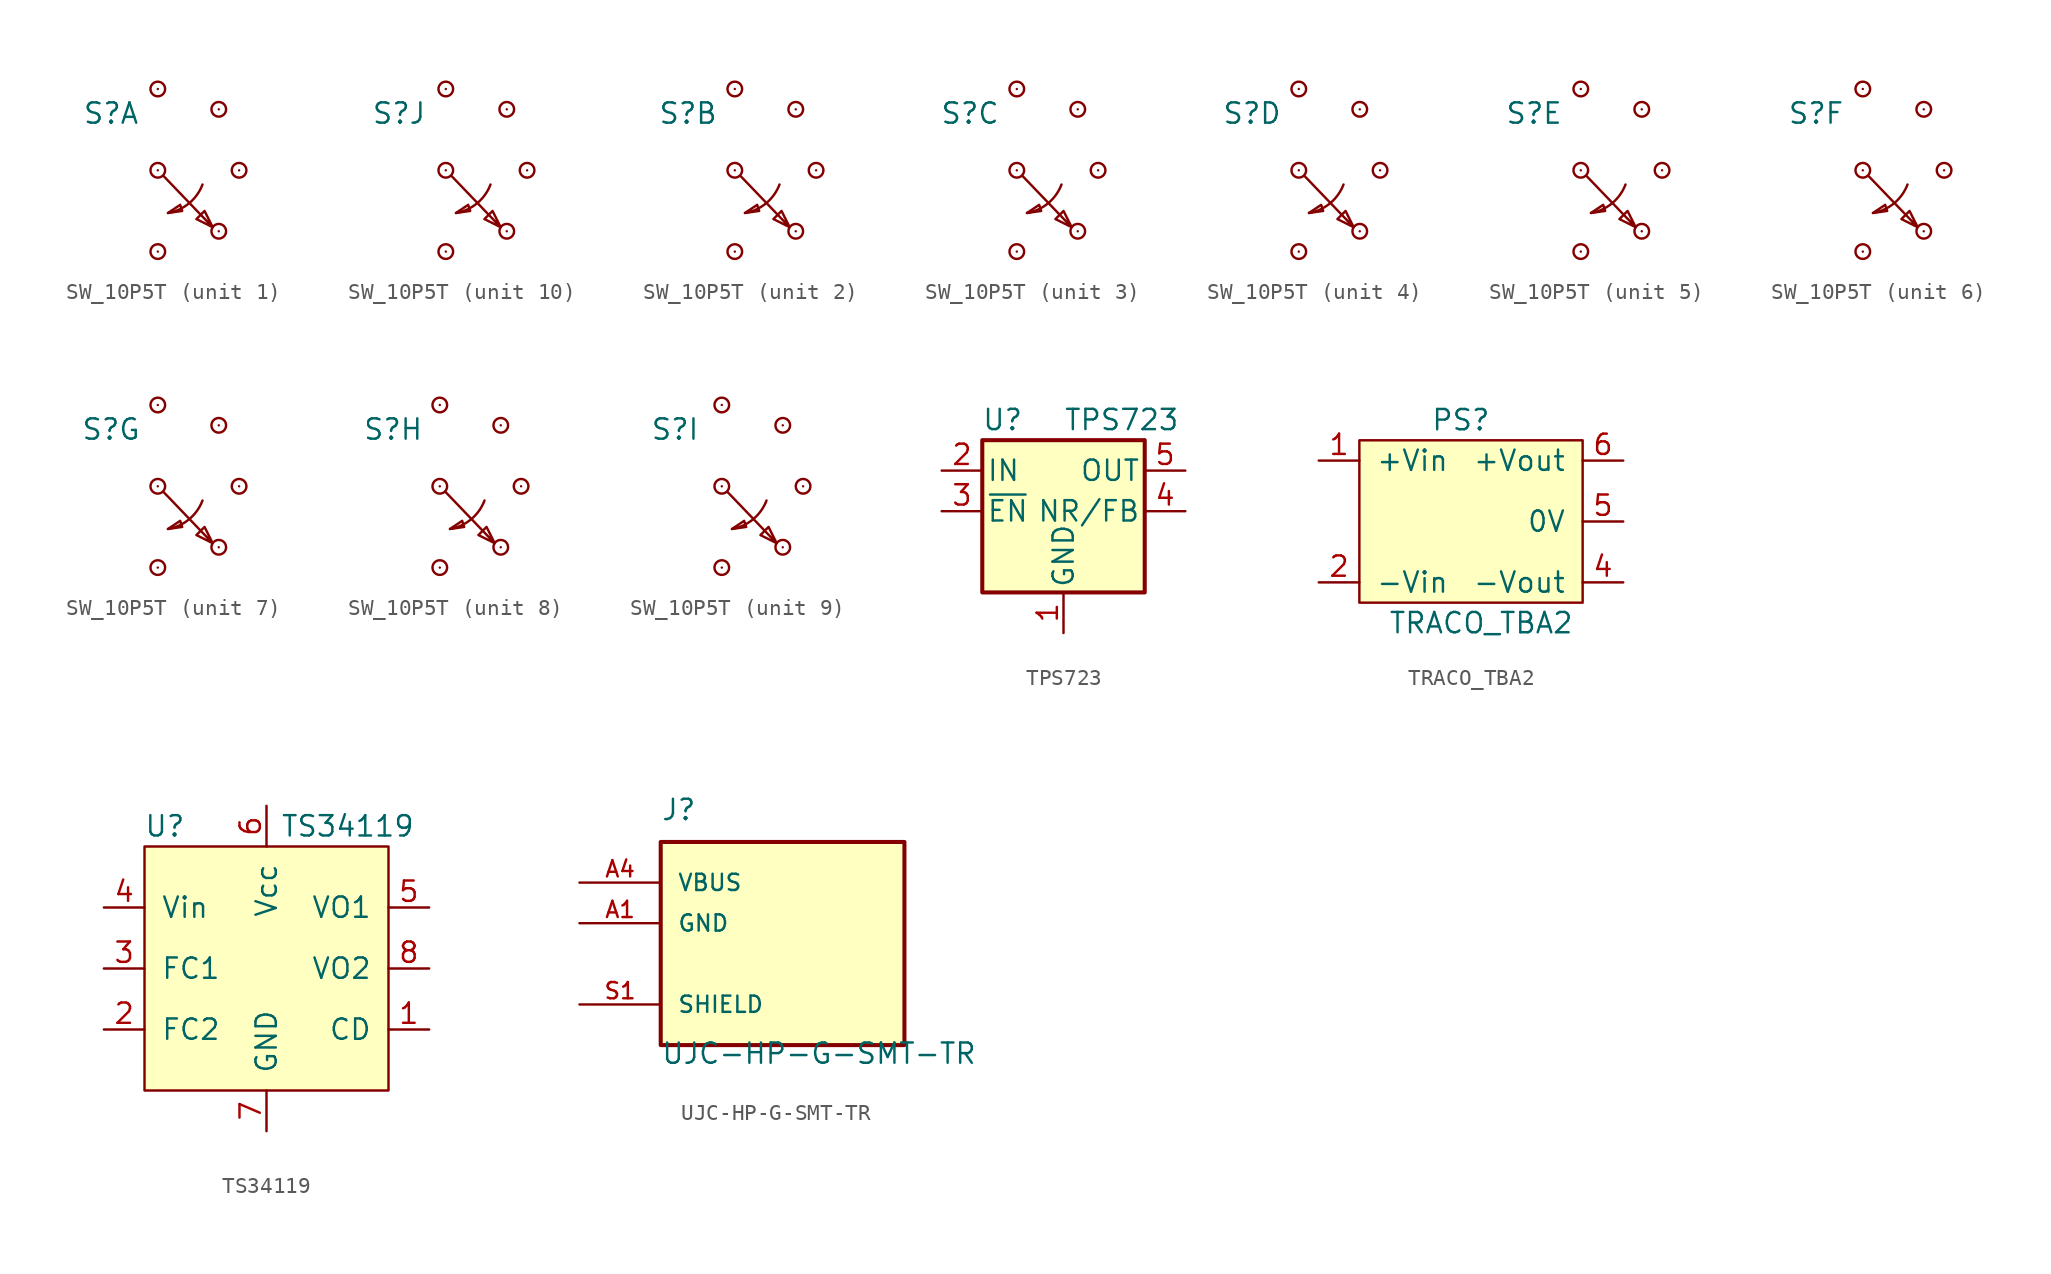
<source format=kicad_sym>
(kicad_symbol_lib
  (version 20211014)
  (generator kicad_symbol_editor)
  (symbol "SW_10P5T"
    (pin_numbers hide)
    (pin_names
      (offset 0) hide)
    (property "Reference" "S"
      (at -5.461 3.556 0)
      (effects (font (size 1.27 1.27))))
    (symbol "SW_10P5T_0_0"
      (pin passive line (at -2.54 -5.08 180) (length 0) (name "5" (effects (font (size 1.27 1.27)))) (number "5" (effects (font (size 1.27 1.27)))))
      (pin passive line (at -2.54 0 0) (length 0) (name "6" (effects (font (size 1.27 1.27)))) (number "6" (effects (font (size 1.27 1.27))))))
    (symbol "SW_10P5T_0_1"
      (circle (center -2.54 -5.08) (radius 0.457) (stroke (width 0) (type default) (color 0 0 0 0)) (fill (type none)))
      (circle (center -2.54 0) (radius 0.457) (stroke (width 0) (type default) (color 0 0 0 0)) (fill (type none)))
      (circle (center -2.54 5.08) (radius 0.457) (stroke (width 0) (type default) (color 0 0 0 0)) (fill (type none)))
      (arc (start -1.905 -2.667) (mid -0.5886 -2.0646) (end 0.254 -0.889) (stroke (width 0) (type default) (color 0 0 0 0)) (fill (type none)))
      (polyline (pts (xy -1.905 -2.667) (xy -1.016 -2.54) (xy -1.143 -2.159) (xy -1.905 -2.667)) (stroke (width 0) (type default) (color 0 0 0 0)) (fill (type none)))
      (polyline (pts (xy -2.159 -0.381) (xy 0.889 -3.556) (xy 0.381 -2.54) (xy -0.127 -3.048) (xy 0.889 -3.556)) (stroke (width 0) (type default) (color 0 0 0 0)) (fill (type none)))
      (circle (center 1.27 -3.81) (radius 0.457) (stroke (width 0) (type default) (color 0 0 0 0)) (fill (type none)))
      (circle (center 1.27 3.81) (radius 0.457) (stroke (width 0) (type default) (color 0 0 0 0)) (fill (type none)))
      (circle (center 2.54 0) (radius 0.457) (stroke (width 0) (type default) (color 0 0 0 0)) (fill (type none))))
    (symbol "SW_10P5T_1_1"
      (pin passive line (at -2.54 5.08 180) (length 0) (name "1" (effects (font (size 1.27 1.27)))) (number "1" (effects (font (size 1.27 1.27)))))
      (pin passive line (at 1.27 3.81 180) (length 0) (name "2" (effects (font (size 1.27 1.27)))) (number "2" (effects (font (size 1.27 1.27)))))
      (pin passive line (at 2.54 0 180) (length 0) (name "3" (effects (font (size 1.27 1.27)))) (number "3" (effects (font (size 1.27 1.27)))))
      (pin passive line (at 1.27 -3.81 180) (length 0) (name "4" (effects (font (size 1.27 1.27)))) (number "4" (effects (font (size 1.27 1.27))))))
    (symbol "SW_10P5T_2_1"
      (pin passive line (at -2.54 5.08 180) (length 0) (name "1" (effects (font (size 1.27 1.27)))) (number "1" (effects (font (size 1.27 1.27)))))
      (pin passive line (at 1.27 3.81 180) (length 0) (name "2" (effects (font (size 1.27 1.27)))) (number "2" (effects (font (size 1.27 1.27)))))
      (pin passive line (at 2.54 0 180) (length 0) (name "3" (effects (font (size 1.27 1.27)))) (number "3" (effects (font (size 1.27 1.27)))))
      (pin passive line (at 1.27 -3.81 180) (length 0) (name "4" (effects (font (size 1.27 1.27)))) (number "4" (effects (font (size 1.27 1.27))))))
    (symbol "SW_10P5T_3_1"
      (pin passive line (at -2.54 5.08 180) (length 0) (name "1" (effects (font (size 1.27 1.27)))) (number "1" (effects (font (size 1.27 1.27)))))
      (pin passive line (at 1.27 3.81 180) (length 0) (name "2" (effects (font (size 1.27 1.27)))) (number "2" (effects (font (size 1.27 1.27)))))
      (pin passive line (at 2.54 0 180) (length 0) (name "3" (effects (font (size 1.27 1.27)))) (number "3" (effects (font (size 1.27 1.27)))))
      (pin passive line (at 1.27 -3.81 180) (length 0) (name "4" (effects (font (size 1.27 1.27)))) (number "4" (effects (font (size 1.27 1.27))))))
    (symbol "SW_10P5T_4_1"
      (pin passive line (at -2.54 5.08 180) (length 0) (name "1" (effects (font (size 1.27 1.27)))) (number "1" (effects (font (size 1.27 1.27)))))
      (pin passive line (at 1.27 3.81 180) (length 0) (name "2" (effects (font (size 1.27 1.27)))) (number "2" (effects (font (size 1.27 1.27)))))
      (pin passive line (at 2.54 0 180) (length 0) (name "3" (effects (font (size 1.27 1.27)))) (number "3" (effects (font (size 1.27 1.27)))))
      (pin passive line (at 1.27 -3.81 180) (length 0) (name "4" (effects (font (size 1.27 1.27)))) (number "4" (effects (font (size 1.27 1.27))))))
    (symbol "SW_10P5T_5_1"
      (pin passive line (at -2.54 5.08 180) (length 0) (name "1" (effects (font (size 1.27 1.27)))) (number "1" (effects (font (size 1.27 1.27)))))
      (pin passive line (at 1.27 3.81 180) (length 0) (name "2" (effects (font (size 1.27 1.27)))) (number "2" (effects (font (size 1.27 1.27)))))
      (pin passive line (at 2.54 0 180) (length 0) (name "3" (effects (font (size 1.27 1.27)))) (number "3" (effects (font (size 1.27 1.27)))))
      (pin passive line (at 1.27 -3.81 180) (length 0) (name "4" (effects (font (size 1.27 1.27)))) (number "4" (effects (font (size 1.27 1.27))))))
    (symbol "SW_10P5T_6_1"
      (pin passive line (at -2.54 5.08 180) (length 0) (name "1" (effects (font (size 1.27 1.27)))) (number "1" (effects (font (size 1.27 1.27)))))
      (pin passive line (at 1.27 3.81 180) (length 0) (name "2" (effects (font (size 1.27 1.27)))) (number "2" (effects (font (size 1.27 1.27)))))
      (pin passive line (at 2.54 0 180) (length 0) (name "3" (effects (font (size 1.27 1.27)))) (number "3" (effects (font (size 1.27 1.27)))))
      (pin passive line (at 1.27 -3.81 180) (length 0) (name "4" (effects (font (size 1.27 1.27)))) (number "4" (effects (font (size 1.27 1.27))))))
    (symbol "SW_10P5T_7_1"
      (pin passive line (at -2.54 5.08 180) (length 0) (name "1" (effects (font (size 1.27 1.27)))) (number "1" (effects (font (size 1.27 1.27)))))
      (pin passive line (at 1.27 3.81 180) (length 0) (name "2" (effects (font (size 1.27 1.27)))) (number "2" (effects (font (size 1.27 1.27)))))
      (pin passive line (at 2.54 0 180) (length 0) (name "3" (effects (font (size 1.27 1.27)))) (number "3" (effects (font (size 1.27 1.27)))))
      (pin passive line (at 1.27 -3.81 180) (length 0) (name "4" (effects (font (size 1.27 1.27)))) (number "4" (effects (font (size 1.27 1.27))))))
    (symbol "SW_10P5T_8_1"
      (pin passive line (at -2.54 5.08 180) (length 0) (name "1" (effects (font (size 1.27 1.27)))) (number "1" (effects (font (size 1.27 1.27)))))
      (pin passive line (at 1.27 3.81 180) (length 0) (name "2" (effects (font (size 1.27 1.27)))) (number "2" (effects (font (size 1.27 1.27)))))
      (pin passive line (at 2.54 0 180) (length 0) (name "3" (effects (font (size 1.27 1.27)))) (number "3" (effects (font (size 1.27 1.27)))))
      (pin passive line (at 1.27 -3.81 180) (length 0) (name "4" (effects (font (size 1.27 1.27)))) (number "4" (effects (font (size 1.27 1.27))))))
    (symbol "SW_10P5T_9_1"
      (pin passive line (at -2.54 5.08 180) (length 0) (name "1" (effects (font (size 1.27 1.27)))) (number "1" (effects (font (size 1.27 1.27)))))
      (pin passive line (at 1.27 3.81 180) (length 0) (name "2" (effects (font (size 1.27 1.27)))) (number "2" (effects (font (size 1.27 1.27)))))
      (pin passive line (at 2.54 0 180) (length 0) (name "3" (effects (font (size 1.27 1.27)))) (number "3" (effects (font (size 1.27 1.27)))))
      (pin passive line (at 1.27 -3.81 180) (length 0) (name "4" (effects (font (size 1.27 1.27)))) (number "4" (effects (font (size 1.27 1.27))))))
    (symbol "SW_10P5T_10_1"
      (pin passive line (at -2.54 5.08 180) (length 0) (name "1" (effects (font (size 1.27 1.27)))) (number "1" (effects (font (size 1.27 1.27)))))
      (pin passive line (at 1.27 3.81 180) (length 0) (name "2" (effects (font (size 1.27 1.27)))) (number "2" (effects (font (size 1.27 1.27)))))
      (pin passive line (at 2.54 0 180) (length 0) (name "3" (effects (font (size 1.27 1.27)))) (number "3" (effects (font (size 1.27 1.27)))))
      (pin passive line (at 1.27 -3.81 180) (length 0) (name "4" (effects (font (size 1.27 1.27)))) (number "4" (effects (font (size 1.27 1.27)))))))
  (symbol "TPS723"
    (pin_names
      (offset 0.254))
    (property "Reference" "U"
      (at -3.81 5.715 0)
      (effects (font (size 1.27 1.27))))
    (property "Value" "TPS723"
      (at 0 5.715 0)
      (effects (font (size 1.27 1.27)) (justify left)))
    (symbol "TPS723_0_1"
      (rectangle (start -5.08 4.445) (end 5.08 -5.08) (stroke (width 0.254) (type default) (color 0 0 0 0)) (fill (type background))))
    (symbol "TPS723_1_1"
      (pin power_in line (at 0 -7.62 90) (length 2.54) (name "GND" (effects (font (size 1.27 1.27)))) (number "1" (effects (font (size 1.27 1.27)))))
      (pin power_in line (at -7.62 2.54 0) (length 2.54) (name "IN" (effects (font (size 1.27 1.27)))) (number "2" (effects (font (size 1.27 1.27)))))
      (pin input line (at -7.62 0 0) (length 2.54) (name "~{EN}" (effects (font (size 1.27 1.27)))) (number "3" (effects (font (size 1.27 1.27)))))
      (pin input line (at 7.62 0 180) (length 2.54) (name "NR/FB" (effects (font (size 1.27 1.27)))) (number "4" (effects (font (size 1.27 1.27)))))
      (pin power_out line (at 7.62 2.54 180) (length 2.54) (name "OUT" (effects (font (size 1.27 1.27)))) (number "5" (effects (font (size 1.27 1.27)))))))
  (symbol "TRACO_TBA2"
    (pin_names
      (offset 1.016))
    (property "Reference" "PS"
      (at 8.89 2.54 0)
      (effects (font (size 1.27 1.27))))
    (property "Value" "TRACO_TBA2"
      (at 10.16 -10.16 0)
      (effects (font (size 1.27 1.27))))
    (symbol "TRACO_TBA2_0_1"
      (rectangle (start 2.54 1.27) (end 16.51 -8.89) (stroke (width 0) (type default) (color 0 0 0 0)) (fill (type background))))
    (symbol "TRACO_TBA2_1_1"
      (pin input line (at 0 0 0) (length 2.54) (name "+Vin" (effects (font (size 1.27 1.27)))) (number "1" (effects (font (size 1.27 1.27)))))
      (pin input line (at 0 -7.62 0) (length 2.54) (name "-Vin" (effects (font (size 1.27 1.27)))) (number "2" (effects (font (size 1.27 1.27)))))
      (pin input line (at 19.05 -7.62 180) (length 2.54) (name "-Vout" (effects (font (size 1.27 1.27)))) (number "4" (effects (font (size 1.27 1.27)))))
      (pin input line (at 19.05 -3.81 180) (length 2.54) (name "0V" (effects (font (size 1.27 1.27)))) (number "5" (effects (font (size 1.27 1.27)))))
      (pin input line (at 19.05 0 180) (length 2.54) (name "+Vout" (effects (font (size 1.27 1.27)))) (number "6" (effects (font (size 1.27 1.27)))))))
  (symbol "TS34119"
    (pin_names
      (offset 1.016))
    (property "Reference" "U"
      (at -6.35 8.89 0)
      (effects (font (size 1.27 1.27))))
    (property "Value" "TS34119"
      (at 5.08 8.89 0)
      (effects (font (size 1.27 1.27))))
    (symbol "TS34119_0_1"
      (rectangle (start -7.62 7.62) (end 7.62 -7.62) (stroke (width 0) (type default) (color 0 0 0 0)) (fill (type background))))
    (symbol "TS34119_1_1"
      (pin input line (at 10.16 -3.81 180) (length 2.54) (name "CD" (effects (font (size 1.27 1.27)))) (number "1" (effects (font (size 1.27 1.27)))))
      (pin input line (at -10.16 -3.81 0) (length 2.54) (name "FC2" (effects (font (size 1.27 1.27)))) (number "2" (effects (font (size 1.27 1.27)))))
      (pin input line (at -10.16 0 0) (length 2.54) (name "FC1" (effects (font (size 1.27 1.27)))) (number "3" (effects (font (size 1.27 1.27)))))
      (pin input line (at -10.16 3.81 0) (length 2.54) (name "Vin" (effects (font (size 1.27 1.27)))) (number "4" (effects (font (size 1.27 1.27)))))
      (pin output line (at 10.16 3.81 180) (length 2.54) (name "VO1" (effects (font (size 1.27 1.27)))) (number "5" (effects (font (size 1.27 1.27)))))
      (pin power_in line (at 0 10.16 270) (length 2.54) (name "Vcc" (effects (font (size 1.27 1.27)))) (number "6" (effects (font (size 1.27 1.27)))))
      (pin passive line (at 0 -10.16 90) (length 2.54) (name "GND" (effects (font (size 1.27 1.27)))) (number "7" (effects (font (size 1.27 1.27)))))
      (pin output line (at 10.16 0 180) (length 2.54) (name "VO2" (effects (font (size 1.27 1.27)))) (number "8" (effects (font (size 1.27 1.27)))))))
  (symbol "UJC-HP-G-SMT-TR"
    (pin_names
      (offset 1.016))
    (property "Reference" "J"
      (at -7.62 6.35 0)
      (effects (font (size 1.27 1.27)) (justify left bottom)))
    (property "Value" "UJC-HP-G-SMT-TR"
      (at -7.62 -8.89 0)
      (effects (font (size 1.27 1.27)) (justify left bottom)))
    (symbol "UJC-HP-G-SMT-TR_0_0"
      (rectangle (start -7.62 -7.62) (end 7.62 5.08) (stroke (width 0.254) (type default) (color 0 0 0 0)) (fill (type background)))
      (pin power_in line (at -12.7 0 0) (length 5.08) (name "GND" (effects (font (size 1.016 1.016)))) (number "A1" (effects (font (size 1.016 1.016)))))
      (pin power_in line (at -12.7 0 0) (length 5.08) hide (name "GND" (effects (font (size 1.016 1.016)))) (number "A12" (effects (font (size 1.016 1.016)))))
      (pin power_in line (at -12.7 2.54 0) (length 5.08) (name "VBUS" (effects (font (size 1.016 1.016)))) (number "A4" (effects (font (size 1.016 1.016)))))
      (pin power_in line (at -12.7 2.54 0) (length 5.08) hide (name "VBUS" (effects (font (size 1.016 1.016)))) (number "A9" (effects (font (size 1.016 1.016)))))
      (pin power_in line (at -12.7 0 0) (length 5.08) hide (name "GND" (effects (font (size 1.016 1.016)))) (number "B1" (effects (font (size 1.016 1.016)))))
      (pin power_in line (at -12.7 0 0) (length 5.08) hide (name "GND" (effects (font (size 1.016 1.016)))) (number "B12" (effects (font (size 1.016 1.016)))))
      (pin power_in line (at -12.7 2.54 0) (length 5.08) hide (name "VBUS" (effects (font (size 1.016 1.016)))) (number "B4" (effects (font (size 1.016 1.016)))))
      (pin power_in line (at -12.7 2.54 0) (length 5.08) hide (name "VBUS" (effects (font (size 1.016 1.016)))) (number "B9" (effects (font (size 1.016 1.016)))))
      (pin passive line (at -12.7 -5.08 0) (length 5.08) (name "SHIELD" (effects (font (size 1.016 1.016)))) (number "S1" (effects (font (size 1.016 1.016)))))
      (pin passive line (at -12.7 -5.08 0) (length 5.08) hide (name "SHIELD" (effects (font (size 1.016 1.016)))) (number "S2" (effects (font (size 1.016 1.016)))))
      (pin passive line (at -12.7 -5.08 0) (length 5.08) hide (name "SHIELD" (effects (font (size 1.016 1.016)))) (number "S3" (effects (font (size 1.016 1.016)))))
      (pin passive line (at -12.7 -5.08 0) (length 5.08) hide (name "SHIELD" (effects (font (size 1.016 1.016)))) (number "S4" (effects (font (size 1.016 1.016))))))))
</source>
